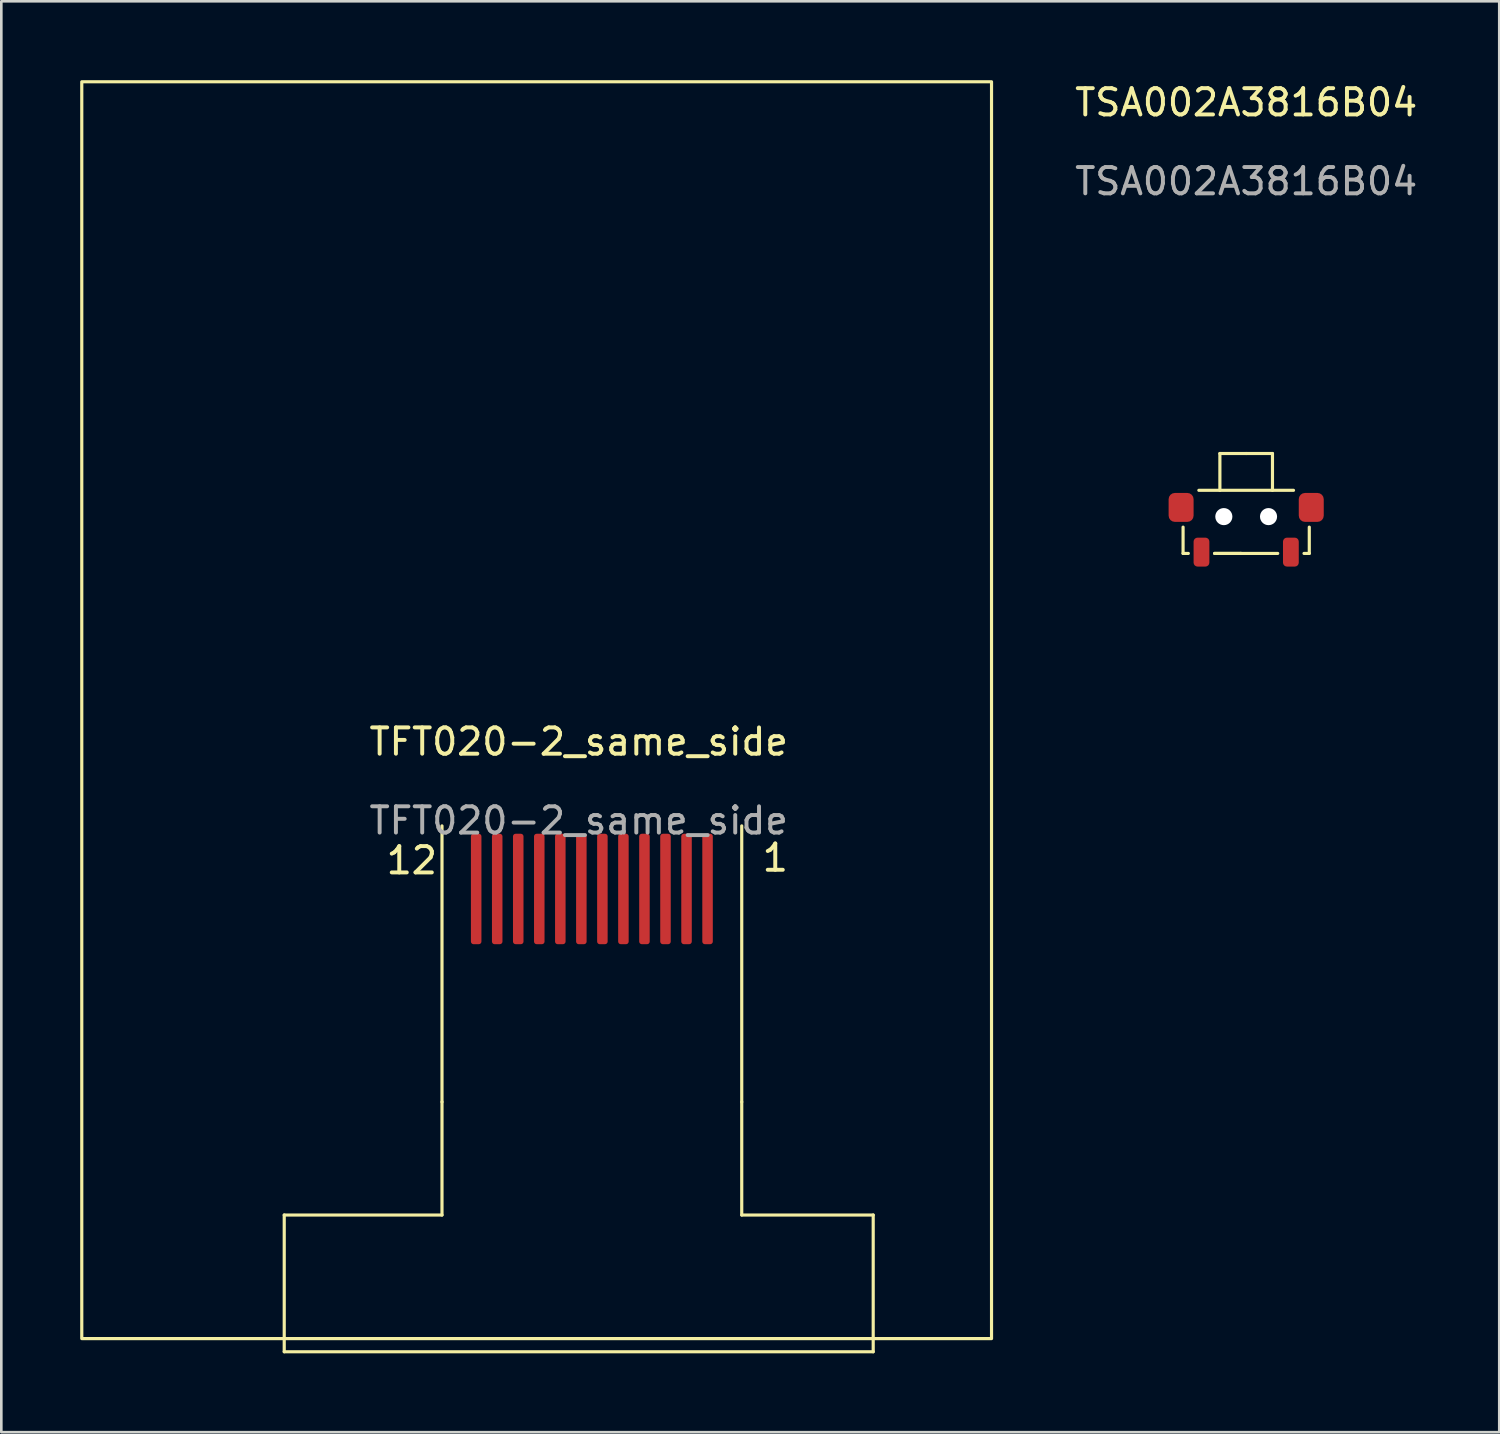
<source format=kicad_pcb>
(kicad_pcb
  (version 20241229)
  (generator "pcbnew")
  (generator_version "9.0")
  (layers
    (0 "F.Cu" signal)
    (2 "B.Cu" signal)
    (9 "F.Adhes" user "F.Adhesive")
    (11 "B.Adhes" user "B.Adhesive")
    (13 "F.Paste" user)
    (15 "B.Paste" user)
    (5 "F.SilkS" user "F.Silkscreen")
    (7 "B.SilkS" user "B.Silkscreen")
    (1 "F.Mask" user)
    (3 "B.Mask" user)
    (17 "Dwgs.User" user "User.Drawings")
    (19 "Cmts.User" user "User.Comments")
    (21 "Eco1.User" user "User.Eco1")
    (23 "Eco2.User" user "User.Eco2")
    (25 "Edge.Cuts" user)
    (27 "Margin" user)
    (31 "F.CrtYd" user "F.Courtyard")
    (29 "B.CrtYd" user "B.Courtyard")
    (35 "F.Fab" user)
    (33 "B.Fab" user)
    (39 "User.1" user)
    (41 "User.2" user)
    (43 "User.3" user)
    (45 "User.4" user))
  (footprint "TSA002A3816B04"
    (layer "F.Cu")
    (at 44.345 16.598)
    (property "Reference" "TSA002A3816B04" (at 0 -15.75 0) (unlocked yes) (layer "F.SilkS") (effects (font (size 1 1) (thickness 0.15))))
    (attr smd)
    (fp_line (start -2.4 0.4) (end -2.4 1.4) (stroke (width 0.12) (type default)) (layer "F.SilkS"))
    (fp_line (start -2.4 1.4) (end -2.2 1.4) (stroke (width 0.12) (type default)) (layer "F.SilkS"))
    (fp_line (start -1.2 1.4) (end -0.2 1.4) (stroke (width 0.12) (type default)) (layer "F.SilkS"))
    (fp_line (start -1 -2.4) (end -1 -1) (stroke (width 0.12) (type default)) (layer "F.SilkS"))
    (fp_line (start -0.2 1.4) (end -1.2 1.4) (stroke (width 0.12) (type default)) (layer "F.SilkS"))
    (fp_line (start -0.2 1.4) (end 1.2 1.4) (stroke (width 0.12) (type default)) (layer "F.SilkS"))
    (fp_line (start 0 -2.4) (end -1 -2.4) (stroke (width 0.12) (type default)) (layer "F.SilkS"))
    (fp_line (start 0 -2.4) (end 1 -2.4) (stroke (width 0.12) (type default)) (layer "F.SilkS"))
    (fp_line (start 1 -2.4) (end 1 -1) (stroke (width 0.12) (type default)) (layer "F.SilkS"))
    (fp_line (start 1.8 -1) (end -1.8 -1) (stroke (width 0.12) (type default)) (layer "F.SilkS"))
    (fp_line (start 2.2 1.4) (end 2.4 1.4) (stroke (width 0.12) (type default)) (layer "F.SilkS"))
    (fp_line (start 2.4 1.4) (end 2.4 0.4) (stroke (width 0.12) (type default)) (layer "F.SilkS"))
    (fp_text user "${REFERENCE}" (at 0 -12.75 0) (unlocked yes) (layer "F.Fab") (effects (font (size 1 1) (thickness 0.15))))
    (pad "" np_thru_hole circle (at -0.85 0) (size 0.65 0.65) (drill 0.65) (layers "*.Cu" "*.Mask"))
    (pad "" np_thru_hole circle (at 0.85 0) (size 0.65 0.65) (drill 0.65) (layers "*.Cu" "*.Mask"))
    (pad "1" smd roundrect (at -1.7 1.35) (size 0.6 1.1) (layers "F.Cu" "F.Mask" "F.Paste") (roundrect_rratio 0.25))
    (pad "2" smd roundrect (at 1.7 1.35) (size 0.6 1.1) (layers "F.Cu" "F.Mask" "F.Paste") (roundrect_rratio 0.25))
    (pad "S" smd roundrect (at -2.475 -0.35) (size 0.95 1.1) (layers "F.Cu" "F.Mask" "F.Paste") (roundrect_rratio 0.25))
    (pad "S" smd roundrect (at 2.475 -0.35) (size 0.95 1.1) (layers "F.Cu" "F.Mask" "F.Paste") (roundrect_rratio 0.25)))
  (footprint "TFT020-2_same_side"
    (layer "F.Cu")
    (at 18.86 25.66)
    (property "Reference" "TFT020-2_same_side" (at 0.1 -0.5 0) (unlocked yes) (layer "F.SilkS") (effects (font (size 1 1) (thickness 0.15))))
    (attr smd)
    (fp_line (start -11.1 17.5) (end -11.1 22.2) (stroke (width 0.12) (type default)) (layer "F.SilkS"))
    (fp_line (start -11.1 22.2) (end -11.1 22.7) (stroke (width 0.12) (type default)) (layer "F.SilkS"))
    (fp_line (start -11.1 22.7) (end 11.3 22.7) (stroke (width 0.12) (type default)) (layer "F.SilkS"))
    (fp_line (start -5.1 13.2) (end -5.1 2.7) (stroke (width 0.12) (type default)) (layer "F.SilkS"))
    (fp_line (start -5.1 13.2) (end -5.1 17.5) (stroke (width 0.12) (type default)) (layer "F.SilkS"))
    (fp_line (start -5.1 17.5) (end -11.1 17.5) (stroke (width 0.12) (type default)) (layer "F.SilkS"))
    (fp_line (start 6.3 13.2) (end 6.3 2.7) (stroke (width 0.12) (type default)) (layer "F.SilkS"))
    (fp_line (start 6.3 13.2) (end 6.3 17.5) (stroke (width 0.12) (type default)) (layer "F.SilkS"))
    (fp_line (start 6.3 17.5) (end 11.3 17.5) (stroke (width 0.12) (type default)) (layer "F.SilkS"))
    (fp_line (start 11.3 17.5) (end 11.3 22.2) (stroke (width 0.12) (type default)) (layer "F.SilkS"))
    (fp_line (start 11.3 22.7) (end 11.3 22.2) (stroke (width 0.12) (type default)) (layer "F.SilkS"))
    (fp_rect (start -18.8 -25.6) (end 15.8 22.2) (stroke (width 0.12) (type default)) (fill no) (layer "F.SilkS"))
    (fp_text user "12" (at -7.3 4.6 0) (unlocked yes) (layer "F.SilkS") (effects (font (size 1 1) (thickness 0.15)) (justify left bottom)))
    (fp_text user "1" (at 7 4.5 0) (unlocked yes) (layer "F.SilkS") (effects (font (size 1 1) (thickness 0.15)) (justify left bottom)))
    (fp_text user "${REFERENCE}" (at 0.1 2.5 0) (unlocked yes) (layer "F.Fab") (effects (font (size 1 1) (thickness 0.15))))
    (pad "1" smd roundrect (at 5 5.1 180) (size 0.4 4.2) (layers "F.Cu" "F.Mask") (roundrect_rratio 0.25))
    (pad "2" smd roundrect (at 4.2 5.1 180) (size 0.4 4.2) (layers "F.Cu" "F.Mask") (roundrect_rratio 0.25))
    (pad "3" smd roundrect (at 3.4 5.1 180) (size 0.4 4.2) (layers "F.Cu" "F.Mask") (roundrect_rratio 0.25))
    (pad "4" smd roundrect (at 2.6 5.1 180) (size 0.4 4.2) (layers "F.Cu" "F.Mask") (roundrect_rratio 0.25))
    (pad "5" smd roundrect (at 1.8 5.1 180) (size 0.4 4.2) (layers "F.Cu" "F.Mask") (roundrect_rratio 0.25))
    (pad "6" smd roundrect (at 1 5.1 180) (size 0.4 4.2) (layers "F.Cu" "F.Mask") (roundrect_rratio 0.25))
    (pad "7" smd roundrect (at 0.2 5.1 180) (size 0.4 4.2) (layers "F.Cu" "F.Mask") (roundrect_rratio 0.25))
    (pad "8" smd roundrect (at -0.6 5.1 180) (size 0.4 4.2) (layers "F.Cu" "F.Mask") (roundrect_rratio 0.25))
    (pad "9" smd roundrect (at -1.4 5.1 180) (size 0.4 4.2) (layers "F.Cu" "F.Mask") (roundrect_rratio 0.25))
    (pad "10" smd roundrect (at -2.2 5.1 180) (size 0.4 4.2) (layers "F.Cu" "F.Mask") (roundrect_rratio 0.25))
    (pad "11" smd roundrect (at -3 5.1 180) (size 0.4 4.2) (layers "F.Cu" "F.Mask") (roundrect_rratio 0.25))
    (pad "12" smd roundrect (at -3.8 5.1 180) (size 0.4 4.2) (layers "F.Cu" "F.Mask") (roundrect_rratio 0.25)))
  (gr_rect
    (start -3 -3)
    (end 53.97 51.42)
    (stroke (width 0.1) (type default))
    (fill no)
    (layer "Edge.Cuts")))
</source>
